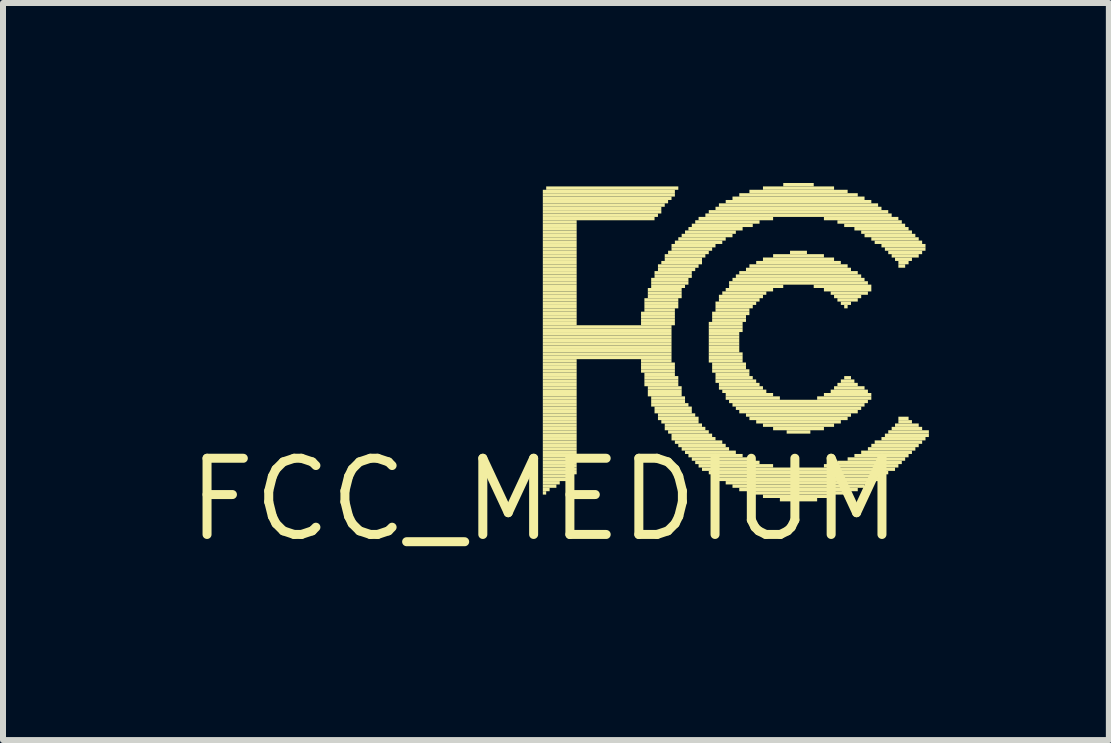
<source format=kicad_pcb>
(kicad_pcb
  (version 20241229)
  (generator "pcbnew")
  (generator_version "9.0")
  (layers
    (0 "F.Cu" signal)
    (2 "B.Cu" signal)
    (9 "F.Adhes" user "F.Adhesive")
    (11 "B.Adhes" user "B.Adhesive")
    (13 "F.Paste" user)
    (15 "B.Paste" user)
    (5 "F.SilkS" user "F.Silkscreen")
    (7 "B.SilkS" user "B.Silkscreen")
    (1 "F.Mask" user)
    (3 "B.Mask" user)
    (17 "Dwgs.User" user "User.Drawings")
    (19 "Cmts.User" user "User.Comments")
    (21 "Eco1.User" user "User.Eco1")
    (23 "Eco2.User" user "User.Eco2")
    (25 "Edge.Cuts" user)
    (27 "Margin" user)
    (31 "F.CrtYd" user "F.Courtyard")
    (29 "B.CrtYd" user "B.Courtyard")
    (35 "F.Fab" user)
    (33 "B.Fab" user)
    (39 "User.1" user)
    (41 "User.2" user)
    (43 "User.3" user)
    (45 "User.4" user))
  (footprint "FCC_MEDIUM"
    (layer "F.Cu")
    (at 6.025 5.278)
    (property "Reference" "FCC_MEDIUM" (at 0 0 0) (layer "F.SilkS") (effects (font (size 1.27 1.27) (thickness 0.15))))
    (attr through_hole)
    (fp_poly (pts (xy -0.028 -5.108) (xy 2.173 -5.108) (xy 2.173 -5.165) (xy -0.028 -5.165)) (stroke (width 0) (type solid)) (fill yes) (layer "F.SilkS"))
    (fp_poly (pts (xy -0.028 -5.052) (xy 2.173 -5.052) (xy 2.173 -5.108) (xy -0.028 -5.108)) (stroke (width 0) (type solid)) (fill yes) (layer "F.SilkS"))
    (fp_poly (pts (xy -0.028 -4.995) (xy 2.117 -4.995) (xy 2.117 -5.052) (xy -0.028 -5.052)) (stroke (width 0) (type solid)) (fill yes) (layer "F.SilkS"))
    (fp_poly (pts (xy -0.028 -4.939) (xy 2.06 -4.939) (xy 2.06 -4.995) (xy -0.028 -4.995)) (stroke (width 0) (type solid)) (fill yes) (layer "F.SilkS"))
    (fp_poly (pts (xy -0.028 -4.882) (xy 2.004 -4.882) (xy 2.004 -4.939) (xy -0.028 -4.939)) (stroke (width 0) (type solid)) (fill yes) (layer "F.SilkS"))
    (fp_poly (pts (xy -0.028 -4.826) (xy 1.947 -4.826) (xy 1.947 -4.882) (xy -0.028 -4.882)) (stroke (width 0) (type solid)) (fill yes) (layer "F.SilkS"))
    (fp_poly (pts (xy -0.028 -4.77) (xy 1.947 -4.77) (xy 1.947 -4.826) (xy -0.028 -4.826)) (stroke (width 0) (type solid)) (fill yes) (layer "F.SilkS"))
    (fp_poly (pts (xy -0.028 -4.713) (xy 1.891 -4.713) (xy 1.891 -4.77) (xy -0.028 -4.77)) (stroke (width 0) (type solid)) (fill yes) (layer "F.SilkS"))
    (fp_poly (pts (xy -0.028 -4.657) (xy 1.834 -4.657) (xy 1.834 -4.713) (xy -0.028 -4.713)) (stroke (width 0) (type solid)) (fill yes) (layer "F.SilkS"))
    (fp_poly (pts (xy -0.028 -4.6) (xy 0.536 -4.6) (xy 0.536 -4.657) (xy -0.028 -4.657)) (stroke (width 0) (type solid)) (fill yes) (layer "F.SilkS"))
    (fp_poly (pts (xy -0.028 -4.544) (xy 0.536 -4.544) (xy 0.536 -4.6) (xy -0.028 -4.6)) (stroke (width 0) (type solid)) (fill yes) (layer "F.SilkS"))
    (fp_poly (pts (xy -0.028 -4.487) (xy 0.536 -4.487) (xy 0.536 -4.544) (xy -0.028 -4.544)) (stroke (width 0) (type solid)) (fill yes) (layer "F.SilkS"))
    (fp_poly (pts (xy -0.028 -4.431) (xy 0.536 -4.431) (xy 0.536 -4.487) (xy -0.028 -4.487)) (stroke (width 0) (type solid)) (fill yes) (layer "F.SilkS"))
    (fp_poly (pts (xy -0.028 -4.374) (xy 0.536 -4.374) (xy 0.536 -4.431) (xy -0.028 -4.431)) (stroke (width 0) (type solid)) (fill yes) (layer "F.SilkS"))
    (fp_poly (pts (xy -0.028 -4.318) (xy 0.536 -4.318) (xy 0.536 -4.374) (xy -0.028 -4.374)) (stroke (width 0) (type solid)) (fill yes) (layer "F.SilkS"))
    (fp_poly (pts (xy -0.028 -4.262) (xy 0.536 -4.262) (xy 0.536 -4.318) (xy -0.028 -4.318)) (stroke (width 0) (type solid)) (fill yes) (layer "F.SilkS"))
    (fp_poly (pts (xy -0.028 -4.205) (xy 0.536 -4.205) (xy 0.536 -4.262) (xy -0.028 -4.262)) (stroke (width 0) (type solid)) (fill yes) (layer "F.SilkS"))
    (fp_poly (pts (xy -0.028 -4.149) (xy 0.536 -4.149) (xy 0.536 -4.205) (xy -0.028 -4.205)) (stroke (width 0) (type solid)) (fill yes) (layer "F.SilkS"))
    (fp_poly (pts (xy -0.028 -4.092) (xy 0.536 -4.092) (xy 0.536 -4.149) (xy -0.028 -4.149)) (stroke (width 0) (type solid)) (fill yes) (layer "F.SilkS"))
    (fp_poly (pts (xy -0.028 -4.036) (xy 0.536 -4.036) (xy 0.536 -4.092) (xy -0.028 -4.092)) (stroke (width 0) (type solid)) (fill yes) (layer "F.SilkS"))
    (fp_poly (pts (xy -0.028 -3.979) (xy 0.536 -3.979) (xy 0.536 -4.036) (xy -0.028 -4.036)) (stroke (width 0) (type solid)) (fill yes) (layer "F.SilkS"))
    (fp_poly (pts (xy -0.028 -3.923) (xy 0.536 -3.923) (xy 0.536 -3.979) (xy -0.028 -3.979)) (stroke (width 0) (type solid)) (fill yes) (layer "F.SilkS"))
    (fp_poly (pts (xy -0.028 -3.866) (xy 0.536 -3.866) (xy 0.536 -3.923) (xy -0.028 -3.923)) (stroke (width 0) (type solid)) (fill yes) (layer "F.SilkS"))
    (fp_poly (pts (xy -0.028 -3.81) (xy 0.536 -3.81) (xy 0.536 -3.866) (xy -0.028 -3.866)) (stroke (width 0) (type solid)) (fill yes) (layer "F.SilkS"))
    (fp_poly (pts (xy -0.028 -3.754) (xy 0.536 -3.754) (xy 0.536 -3.81) (xy -0.028 -3.81)) (stroke (width 0) (type solid)) (fill yes) (layer "F.SilkS"))
    (fp_poly (pts (xy -0.028 -3.697) (xy 0.536 -3.697) (xy 0.536 -3.754) (xy -0.028 -3.754)) (stroke (width 0) (type solid)) (fill yes) (layer "F.SilkS"))
    (fp_poly (pts (xy -0.028 -3.641) (xy 0.536 -3.641) (xy 0.536 -3.697) (xy -0.028 -3.697)) (stroke (width 0) (type solid)) (fill yes) (layer "F.SilkS"))
    (fp_poly (pts (xy -0.028 -3.584) (xy 0.536 -3.584) (xy 0.536 -3.641) (xy -0.028 -3.641)) (stroke (width 0) (type solid)) (fill yes) (layer "F.SilkS"))
    (fp_poly (pts (xy -0.028 -3.528) (xy 0.536 -3.528) (xy 0.536 -3.584) (xy -0.028 -3.584)) (stroke (width 0) (type solid)) (fill yes) (layer "F.SilkS"))
    (fp_poly (pts (xy -0.028 -3.471) (xy 0.536 -3.471) (xy 0.536 -3.528) (xy -0.028 -3.528)) (stroke (width 0) (type solid)) (fill yes) (layer "F.SilkS"))
    (fp_poly (pts (xy -0.028 -3.415) (xy 0.536 -3.415) (xy 0.536 -3.471) (xy -0.028 -3.471)) (stroke (width 0) (type solid)) (fill yes) (layer "F.SilkS"))
    (fp_poly (pts (xy -0.028 -3.358) (xy 0.536 -3.358) (xy 0.536 -3.415) (xy -0.028 -3.415)) (stroke (width 0) (type solid)) (fill yes) (layer "F.SilkS"))
    (fp_poly (pts (xy -0.028 -3.302) (xy 0.536 -3.302) (xy 0.536 -3.358) (xy -0.028 -3.358)) (stroke (width 0) (type solid)) (fill yes) (layer "F.SilkS"))
    (fp_poly (pts (xy -0.028 -3.246) (xy 0.536 -3.246) (xy 0.536 -3.302) (xy -0.028 -3.302)) (stroke (width 0) (type solid)) (fill yes) (layer "F.SilkS"))
    (fp_poly (pts (xy -0.028 -3.189) (xy 0.536 -3.189) (xy 0.536 -3.246) (xy -0.028 -3.246)) (stroke (width 0) (type solid)) (fill yes) (layer "F.SilkS"))
    (fp_poly (pts (xy -0.028 -3.133) (xy 0.536 -3.133) (xy 0.536 -3.189) (xy -0.028 -3.189)) (stroke (width 0) (type solid)) (fill yes) (layer "F.SilkS"))
    (fp_poly (pts (xy -0.028 -3.076) (xy 0.536 -3.076) (xy 0.536 -3.133) (xy -0.028 -3.133)) (stroke (width 0) (type solid)) (fill yes) (layer "F.SilkS"))
    (fp_poly (pts (xy -0.028 -3.02) (xy 0.536 -3.02) (xy 0.536 -3.076) (xy -0.028 -3.076)) (stroke (width 0) (type solid)) (fill yes) (layer "F.SilkS"))
    (fp_poly (pts (xy -0.028 -2.963) (xy 0.536 -2.963) (xy 0.536 -3.02) (xy -0.028 -3.02)) (stroke (width 0) (type solid)) (fill yes) (layer "F.SilkS"))
    (fp_poly (pts (xy -0.028 -2.907) (xy 0.536 -2.907) (xy 0.536 -2.963) (xy -0.028 -2.963)) (stroke (width 0) (type solid)) (fill yes) (layer "F.SilkS"))
    (fp_poly (pts (xy -0.028 -2.85) (xy 2.117 -2.85) (xy 2.117 -2.907) (xy -0.028 -2.907)) (stroke (width 0) (type solid)) (fill yes) (layer "F.SilkS"))
    (fp_poly (pts (xy -0.028 -2.794) (xy 2.117 -2.794) (xy 2.117 -2.85) (xy -0.028 -2.85)) (stroke (width 0) (type solid)) (fill yes) (layer "F.SilkS"))
    (fp_poly (pts (xy -0.028 -2.738) (xy 2.117 -2.738) (xy 2.117 -2.794) (xy -0.028 -2.794)) (stroke (width 0) (type solid)) (fill yes) (layer "F.SilkS"))
    (fp_poly (pts (xy -0.028 -2.681) (xy 2.117 -2.681) (xy 2.117 -2.738) (xy -0.028 -2.738)) (stroke (width 0) (type solid)) (fill yes) (layer "F.SilkS"))
    (fp_poly (pts (xy -0.028 -2.625) (xy 2.117 -2.625) (xy 2.117 -2.681) (xy -0.028 -2.681)) (stroke (width 0) (type solid)) (fill yes) (layer "F.SilkS"))
    (fp_poly (pts (xy -0.028 -2.568) (xy 2.117 -2.568) (xy 2.117 -2.625) (xy -0.028 -2.625)) (stroke (width 0) (type solid)) (fill yes) (layer "F.SilkS"))
    (fp_poly (pts (xy -0.028 -2.512) (xy 2.117 -2.512) (xy 2.117 -2.568) (xy -0.028 -2.568)) (stroke (width 0) (type solid)) (fill yes) (layer "F.SilkS"))
    (fp_poly (pts (xy -0.028 -2.455) (xy 2.117 -2.455) (xy 2.117 -2.512) (xy -0.028 -2.512)) (stroke (width 0) (type solid)) (fill yes) (layer "F.SilkS"))
    (fp_poly (pts (xy -0.028 -2.399) (xy 2.117 -2.399) (xy 2.117 -2.455) (xy -0.028 -2.455)) (stroke (width 0) (type solid)) (fill yes) (layer "F.SilkS"))
    (fp_poly (pts (xy -0.028 -2.342) (xy 2.117 -2.342) (xy 2.117 -2.399) (xy -0.028 -2.399)) (stroke (width 0) (type solid)) (fill yes) (layer "F.SilkS"))
    (fp_poly (pts (xy -0.028 -2.286) (xy 0.536 -2.286) (xy 0.536 -2.342) (xy -0.028 -2.342)) (stroke (width 0) (type solid)) (fill yes) (layer "F.SilkS"))
    (fp_poly (pts (xy -0.028 -2.23) (xy 0.536 -2.23) (xy 0.536 -2.286) (xy -0.028 -2.286)) (stroke (width 0) (type solid)) (fill yes) (layer "F.SilkS"))
    (fp_poly (pts (xy -0.028 -2.173) (xy 0.536 -2.173) (xy 0.536 -2.23) (xy -0.028 -2.23)) (stroke (width 0) (type solid)) (fill yes) (layer "F.SilkS"))
    (fp_poly (pts (xy -0.028 -2.117) (xy 0.536 -2.117) (xy 0.536 -2.173) (xy -0.028 -2.173)) (stroke (width 0) (type solid)) (fill yes) (layer "F.SilkS"))
    (fp_poly (pts (xy -0.028 -2.06) (xy 0.536 -2.06) (xy 0.536 -2.117) (xy -0.028 -2.117)) (stroke (width 0) (type solid)) (fill yes) (layer "F.SilkS"))
    (fp_poly (pts (xy -0.028 -2.004) (xy 0.536 -2.004) (xy 0.536 -2.06) (xy -0.028 -2.06)) (stroke (width 0) (type solid)) (fill yes) (layer "F.SilkS"))
    (fp_poly (pts (xy -0.028 -1.947) (xy 0.536 -1.947) (xy 0.536 -2.004) (xy -0.028 -2.004)) (stroke (width 0) (type solid)) (fill yes) (layer "F.SilkS"))
    (fp_poly (pts (xy -0.028 -1.891) (xy 0.536 -1.891) (xy 0.536 -1.947) (xy -0.028 -1.947)) (stroke (width 0) (type solid)) (fill yes) (layer "F.SilkS"))
    (fp_poly (pts (xy -0.028 -1.834) (xy 0.536 -1.834) (xy 0.536 -1.891) (xy -0.028 -1.891)) (stroke (width 0) (type solid)) (fill yes) (layer "F.SilkS"))
    (fp_poly (pts (xy -0.028 -1.778) (xy 0.536 -1.778) (xy 0.536 -1.834) (xy -0.028 -1.834)) (stroke (width 0) (type solid)) (fill yes) (layer "F.SilkS"))
    (fp_poly (pts (xy -0.028 -1.722) (xy 0.536 -1.722) (xy 0.536 -1.778) (xy -0.028 -1.778)) (stroke (width 0) (type solid)) (fill yes) (layer "F.SilkS"))
    (fp_poly (pts (xy -0.028 -1.665) (xy 0.536 -1.665) (xy 0.536 -1.722) (xy -0.028 -1.722)) (stroke (width 0) (type solid)) (fill yes) (layer "F.SilkS"))
    (fp_poly (pts (xy -0.028 -1.609) (xy 0.536 -1.609) (xy 0.536 -1.665) (xy -0.028 -1.665)) (stroke (width 0) (type solid)) (fill yes) (layer "F.SilkS"))
    (fp_poly (pts (xy -0.028 -1.552) (xy 0.536 -1.552) (xy 0.536 -1.609) (xy -0.028 -1.609)) (stroke (width 0) (type solid)) (fill yes) (layer "F.SilkS"))
    (fp_poly (pts (xy -0.028 -1.496) (xy 0.536 -1.496) (xy 0.536 -1.552) (xy -0.028 -1.552)) (stroke (width 0) (type solid)) (fill yes) (layer "F.SilkS"))
    (fp_poly (pts (xy -0.028 -1.439) (xy 0.536 -1.439) (xy 0.536 -1.496) (xy -0.028 -1.496)) (stroke (width 0) (type solid)) (fill yes) (layer "F.SilkS"))
    (fp_poly (pts (xy -0.028 -1.383) (xy 0.536 -1.383) (xy 0.536 -1.439) (xy -0.028 -1.439)) (stroke (width 0) (type solid)) (fill yes) (layer "F.SilkS"))
    (fp_poly (pts (xy -0.028 -1.326) (xy 0.536 -1.326) (xy 0.536 -1.383) (xy -0.028 -1.383)) (stroke (width 0) (type solid)) (fill yes) (layer "F.SilkS"))
    (fp_poly (pts (xy -0.028 -1.27) (xy 0.536 -1.27) (xy 0.536 -1.326) (xy -0.028 -1.326)) (stroke (width 0) (type solid)) (fill yes) (layer "F.SilkS"))
    (fp_poly (pts (xy -0.028 -1.214) (xy 0.536 -1.214) (xy 0.536 -1.27) (xy -0.028 -1.27)) (stroke (width 0) (type solid)) (fill yes) (layer "F.SilkS"))
    (fp_poly (pts (xy -0.028 -1.157) (xy 0.536 -1.157) (xy 0.536 -1.214) (xy -0.028 -1.214)) (stroke (width 0) (type solid)) (fill yes) (layer "F.SilkS"))
    (fp_poly (pts (xy -0.028 -1.101) (xy 0.536 -1.101) (xy 0.536 -1.157) (xy -0.028 -1.157)) (stroke (width 0) (type solid)) (fill yes) (layer "F.SilkS"))
    (fp_poly (pts (xy -0.028 -1.044) (xy 0.536 -1.044) (xy 0.536 -1.101) (xy -0.028 -1.101)) (stroke (width 0) (type solid)) (fill yes) (layer "F.SilkS"))
    (fp_poly (pts (xy -0.028 -0.988) (xy 0.536 -0.988) (xy 0.536 -1.044) (xy -0.028 -1.044)) (stroke (width 0) (type solid)) (fill yes) (layer "F.SilkS"))
    (fp_poly (pts (xy -0.028 -0.931) (xy 0.536 -0.931) (xy 0.536 -0.988) (xy -0.028 -0.988)) (stroke (width 0) (type solid)) (fill yes) (layer "F.SilkS"))
    (fp_poly (pts (xy -0.028 -0.875) (xy 0.536 -0.875) (xy 0.536 -0.931) (xy -0.028 -0.931)) (stroke (width 0) (type solid)) (fill yes) (layer "F.SilkS"))
    (fp_poly (pts (xy -0.028 -0.818) (xy 0.536 -0.818) (xy 0.536 -0.875) (xy -0.028 -0.875)) (stroke (width 0) (type solid)) (fill yes) (layer "F.SilkS"))
    (fp_poly (pts (xy -0.028 -0.762) (xy 0.536 -0.762) (xy 0.536 -0.818) (xy -0.028 -0.818)) (stroke (width 0) (type solid)) (fill yes) (layer "F.SilkS"))
    (fp_poly (pts (xy -0.028 -0.706) (xy 0.536 -0.706) (xy 0.536 -0.762) (xy -0.028 -0.762)) (stroke (width 0) (type solid)) (fill yes) (layer "F.SilkS"))
    (fp_poly (pts (xy -0.028 -0.649) (xy 0.536 -0.649) (xy 0.536 -0.706) (xy -0.028 -0.706)) (stroke (width 0) (type solid)) (fill yes) (layer "F.SilkS"))
    (fp_poly (pts (xy -0.028 -0.593) (xy 0.536 -0.593) (xy 0.536 -0.649) (xy -0.028 -0.649)) (stroke (width 0) (type solid)) (fill yes) (layer "F.SilkS"))
    (fp_poly (pts (xy -0.028 -0.536) (xy 0.536 -0.536) (xy 0.536 -0.593) (xy -0.028 -0.593)) (stroke (width 0) (type solid)) (fill yes) (layer "F.SilkS"))
    (fp_poly (pts (xy -0.028 -0.48) (xy 0.536 -0.48) (xy 0.536 -0.536) (xy -0.028 -0.536)) (stroke (width 0) (type solid)) (fill yes) (layer "F.SilkS"))
    (fp_poly (pts (xy -0.028 -0.423) (xy 0.536 -0.423) (xy 0.536 -0.48) (xy -0.028 -0.48)) (stroke (width 0) (type solid)) (fill yes) (layer "F.SilkS"))
    (fp_poly (pts (xy -0.028 -0.367) (xy 0.423 -0.367) (xy 0.423 -0.423) (xy -0.028 -0.423)) (stroke (width 0) (type solid)) (fill yes) (layer "F.SilkS"))
    (fp_poly (pts (xy -0.028 -0.31) (xy 0.367 -0.31) (xy 0.367 -0.367) (xy -0.028 -0.367)) (stroke (width 0) (type solid)) (fill yes) (layer "F.SilkS"))
    (fp_poly (pts (xy -0.028 -0.254) (xy 0.254 -0.254) (xy 0.254 -0.31) (xy -0.028 -0.31)) (stroke (width 0) (type solid)) (fill yes) (layer "F.SilkS"))
    (fp_poly (pts (xy -0.028 -0.198) (xy 0.198 -0.198) (xy 0.198 -0.254) (xy -0.028 -0.254)) (stroke (width 0) (type solid)) (fill yes) (layer "F.SilkS"))
    (fp_poly (pts (xy -0.028 -0.141) (xy 0.085 -0.141) (xy 0.085 -0.198) (xy -0.028 -0.198)) (stroke (width 0) (type solid)) (fill yes) (layer "F.SilkS"))
    (fp_poly (pts (xy -0.028 -0.085) (xy 0.028 -0.085) (xy 0.028 -0.141) (xy -0.028 -0.141)) (stroke (width 0) (type solid)) (fill yes) (layer "F.SilkS"))
    (fp_poly (pts (xy 0.028 -5.165) (xy 2.23 -5.165) (xy 2.23 -5.221) (xy 0.028 -5.221)) (stroke (width 0) (type solid)) (fill yes) (layer "F.SilkS"))
    (fp_poly (pts (xy 1.609 -3.076) (xy 2.173 -3.076) (xy 2.173 -3.133) (xy 1.609 -3.133)) (stroke (width 0) (type solid)) (fill yes) (layer "F.SilkS"))
    (fp_poly (pts (xy 1.609 -3.02) (xy 2.173 -3.02) (xy 2.173 -3.076) (xy 1.609 -3.076)) (stroke (width 0) (type solid)) (fill yes) (layer "F.SilkS"))
    (fp_poly (pts (xy 1.609 -2.963) (xy 2.173 -2.963) (xy 2.173 -3.02) (xy 1.609 -3.02)) (stroke (width 0) (type solid)) (fill yes) (layer "F.SilkS"))
    (fp_poly (pts (xy 1.609 -2.907) (xy 2.173 -2.907) (xy 2.173 -2.963) (xy 1.609 -2.963)) (stroke (width 0) (type solid)) (fill yes) (layer "F.SilkS"))
    (fp_poly (pts (xy 1.609 -2.286) (xy 2.117 -2.286) (xy 2.117 -2.342) (xy 1.609 -2.342)) (stroke (width 0) (type solid)) (fill yes) (layer "F.SilkS"))
    (fp_poly (pts (xy 1.609 -2.23) (xy 2.173 -2.23) (xy 2.173 -2.286) (xy 1.609 -2.286)) (stroke (width 0) (type solid)) (fill yes) (layer "F.SilkS"))
    (fp_poly (pts (xy 1.609 -2.173) (xy 2.173 -2.173) (xy 2.173 -2.23) (xy 1.609 -2.23)) (stroke (width 0) (type solid)) (fill yes) (layer "F.SilkS"))
    (fp_poly (pts (xy 1.609 -2.117) (xy 2.173 -2.117) (xy 2.173 -2.173) (xy 1.609 -2.173)) (stroke (width 0) (type solid)) (fill yes) (layer "F.SilkS"))
    (fp_poly (pts (xy 1.665 -3.302) (xy 2.23 -3.302) (xy 2.23 -3.358) (xy 1.665 -3.358)) (stroke (width 0) (type solid)) (fill yes) (layer "F.SilkS"))
    (fp_poly (pts (xy 1.665 -3.246) (xy 2.23 -3.246) (xy 2.23 -3.302) (xy 1.665 -3.302)) (stroke (width 0) (type solid)) (fill yes) (layer "F.SilkS"))
    (fp_poly (pts (xy 1.665 -3.189) (xy 2.23 -3.189) (xy 2.23 -3.246) (xy 1.665 -3.246)) (stroke (width 0) (type solid)) (fill yes) (layer "F.SilkS"))
    (fp_poly (pts (xy 1.665 -3.133) (xy 2.173 -3.133) (xy 2.173 -3.189) (xy 1.665 -3.189)) (stroke (width 0) (type solid)) (fill yes) (layer "F.SilkS"))
    (fp_poly (pts (xy 1.665 -2.06) (xy 2.173 -2.06) (xy 2.173 -2.117) (xy 1.665 -2.117)) (stroke (width 0) (type solid)) (fill yes) (layer "F.SilkS"))
    (fp_poly (pts (xy 1.665 -2.004) (xy 2.23 -2.004) (xy 2.23 -2.06) (xy 1.665 -2.06)) (stroke (width 0) (type solid)) (fill yes) (layer "F.SilkS"))
    (fp_poly (pts (xy 1.665 -1.947) (xy 2.23 -1.947) (xy 2.23 -2.004) (xy 1.665 -2.004)) (stroke (width 0) (type solid)) (fill yes) (layer "F.SilkS"))
    (fp_poly (pts (xy 1.665 -1.891) (xy 2.23 -1.891) (xy 2.23 -1.947) (xy 1.665 -1.947)) (stroke (width 0) (type solid)) (fill yes) (layer "F.SilkS"))
    (fp_poly (pts (xy 1.722 -3.471) (xy 2.286 -3.471) (xy 2.286 -3.528) (xy 1.722 -3.528)) (stroke (width 0) (type solid)) (fill yes) (layer "F.SilkS"))
    (fp_poly (pts (xy 1.722 -3.415) (xy 2.286 -3.415) (xy 2.286 -3.471) (xy 1.722 -3.471)) (stroke (width 0) (type solid)) (fill yes) (layer "F.SilkS"))
    (fp_poly (pts (xy 1.722 -3.358) (xy 2.286 -3.358) (xy 2.286 -3.415) (xy 1.722 -3.415)) (stroke (width 0) (type solid)) (fill yes) (layer "F.SilkS"))
    (fp_poly (pts (xy 1.722 -1.834) (xy 2.286 -1.834) (xy 2.286 -1.891) (xy 1.722 -1.891)) (stroke (width 0) (type solid)) (fill yes) (layer "F.SilkS"))
    (fp_poly (pts (xy 1.722 -1.778) (xy 2.286 -1.778) (xy 2.286 -1.834) (xy 1.722 -1.834)) (stroke (width 0) (type solid)) (fill yes) (layer "F.SilkS"))
    (fp_poly (pts (xy 1.722 -1.722) (xy 2.286 -1.722) (xy 2.286 -1.778) (xy 1.722 -1.778)) (stroke (width 0) (type solid)) (fill yes) (layer "F.SilkS"))
    (fp_poly (pts (xy 1.778 -3.641) (xy 2.399 -3.641) (xy 2.399 -3.697) (xy 1.778 -3.697)) (stroke (width 0) (type solid)) (fill yes) (layer "F.SilkS"))
    (fp_poly (pts (xy 1.778 -3.584) (xy 2.399 -3.584) (xy 2.399 -3.641) (xy 1.778 -3.641)) (stroke (width 0) (type solid)) (fill yes) (layer "F.SilkS"))
    (fp_poly (pts (xy 1.778 -3.528) (xy 2.342 -3.528) (xy 2.342 -3.584) (xy 1.778 -3.584)) (stroke (width 0) (type solid)) (fill yes) (layer "F.SilkS"))
    (fp_poly (pts (xy 1.778 -1.665) (xy 2.342 -1.665) (xy 2.342 -1.722) (xy 1.778 -1.722)) (stroke (width 0) (type solid)) (fill yes) (layer "F.SilkS"))
    (fp_poly (pts (xy 1.778 -1.609) (xy 2.342 -1.609) (xy 2.342 -1.665) (xy 1.778 -1.665)) (stroke (width 0) (type solid)) (fill yes) (layer "F.SilkS"))
    (fp_poly (pts (xy 1.778 -1.552) (xy 2.399 -1.552) (xy 2.399 -1.609) (xy 1.778 -1.609)) (stroke (width 0) (type solid)) (fill yes) (layer "F.SilkS"))
    (fp_poly (pts (xy 1.834 -3.754) (xy 2.455 -3.754) (xy 2.455 -3.81) (xy 1.834 -3.81)) (stroke (width 0) (type solid)) (fill yes) (layer "F.SilkS"))
    (fp_poly (pts (xy 1.834 -3.697) (xy 2.455 -3.697) (xy 2.455 -3.754) (xy 1.834 -3.754)) (stroke (width 0) (type solid)) (fill yes) (layer "F.SilkS"))
    (fp_poly (pts (xy 1.834 -1.496) (xy 2.455 -1.496) (xy 2.455 -1.552) (xy 1.834 -1.552)) (stroke (width 0) (type solid)) (fill yes) (layer "F.SilkS"))
    (fp_poly (pts (xy 1.834 -1.439) (xy 2.455 -1.439) (xy 2.455 -1.496) (xy 1.834 -1.496)) (stroke (width 0) (type solid)) (fill yes) (layer "F.SilkS"))
    (fp_poly (pts (xy 1.891 -3.866) (xy 2.568 -3.866) (xy 2.568 -3.923) (xy 1.891 -3.923)) (stroke (width 0) (type solid)) (fill yes) (layer "F.SilkS"))
    (fp_poly (pts (xy 1.891 -3.81) (xy 2.512 -3.81) (xy 2.512 -3.866) (xy 1.891 -3.866)) (stroke (width 0) (type solid)) (fill yes) (layer "F.SilkS"))
    (fp_poly (pts (xy 1.891 -1.383) (xy 2.512 -1.383) (xy 2.512 -1.439) (xy 1.891 -1.439)) (stroke (width 0) (type solid)) (fill yes) (layer "F.SilkS"))
    (fp_poly (pts (xy 1.891 -1.326) (xy 2.568 -1.326) (xy 2.568 -1.383) (xy 1.891 -1.383)) (stroke (width 0) (type solid)) (fill yes) (layer "F.SilkS"))
    (fp_poly (pts (xy 1.947 -3.923) (xy 2.625 -3.923) (xy 2.625 -3.979) (xy 1.947 -3.979)) (stroke (width 0) (type solid)) (fill yes) (layer "F.SilkS"))
    (fp_poly (pts (xy 1.947 -1.27) (xy 2.568 -1.27) (xy 2.568 -1.326) (xy 1.947 -1.326)) (stroke (width 0) (type solid)) (fill yes) (layer "F.SilkS"))
    (fp_poly (pts (xy 2.004 -4.036) (xy 2.681 -4.036) (xy 2.681 -4.092) (xy 2.004 -4.092)) (stroke (width 0) (type solid)) (fill yes) (layer "F.SilkS"))
    (fp_poly (pts (xy 2.004 -3.979) (xy 2.625 -3.979) (xy 2.625 -4.036) (xy 2.004 -4.036)) (stroke (width 0) (type solid)) (fill yes) (layer "F.SilkS"))
    (fp_poly (pts (xy 2.004 -1.214) (xy 2.625 -1.214) (xy 2.625 -1.27) (xy 2.004 -1.27)) (stroke (width 0) (type solid)) (fill yes) (layer "F.SilkS"))
    (fp_poly (pts (xy 2.004 -1.157) (xy 2.681 -1.157) (xy 2.681 -1.214) (xy 2.004 -1.214)) (stroke (width 0) (type solid)) (fill yes) (layer "F.SilkS"))
    (fp_poly (pts (xy 2.06 -4.092) (xy 2.738 -4.092) (xy 2.738 -4.149) (xy 2.06 -4.149)) (stroke (width 0) (type solid)) (fill yes) (layer "F.SilkS"))
    (fp_poly (pts (xy 2.06 -1.101) (xy 2.738 -1.101) (xy 2.738 -1.157) (xy 2.06 -1.157)) (stroke (width 0) (type solid)) (fill yes) (layer "F.SilkS"))
    (fp_poly (pts (xy 2.117 -4.205) (xy 2.85 -4.205) (xy 2.85 -4.262) (xy 2.117 -4.262)) (stroke (width 0) (type solid)) (fill yes) (layer "F.SilkS"))
    (fp_poly (pts (xy 2.117 -4.149) (xy 2.794 -4.149) (xy 2.794 -4.205) (xy 2.117 -4.205)) (stroke (width 0) (type solid)) (fill yes) (layer "F.SilkS"))
    (fp_poly (pts (xy 2.117 -1.044) (xy 2.794 -1.044) (xy 2.794 -1.101) (xy 2.117 -1.101)) (stroke (width 0) (type solid)) (fill yes) (layer "F.SilkS"))
    (fp_poly (pts (xy 2.117 -0.988) (xy 2.85 -0.988) (xy 2.85 -1.044) (xy 2.117 -1.044)) (stroke (width 0) (type solid)) (fill yes) (layer "F.SilkS"))
    (fp_poly (pts (xy 2.173 -4.262) (xy 2.963 -4.262) (xy 2.963 -4.318) (xy 2.173 -4.318)) (stroke (width 0) (type solid)) (fill yes) (layer "F.SilkS"))
    (fp_poly (pts (xy 2.173 -0.931) (xy 2.963 -0.931) (xy 2.963 -0.988) (xy 2.173 -0.988)) (stroke (width 0) (type solid)) (fill yes) (layer "F.SilkS"))
    (fp_poly (pts (xy 2.23 -4.318) (xy 3.02 -4.318) (xy 3.02 -4.374) (xy 2.23 -4.374)) (stroke (width 0) (type solid)) (fill yes) (layer "F.SilkS"))
    (fp_poly (pts (xy 2.23 -0.875) (xy 3.02 -0.875) (xy 3.02 -0.931) (xy 2.23 -0.931)) (stroke (width 0) (type solid)) (fill yes) (layer "F.SilkS"))
    (fp_poly (pts (xy 2.286 -4.374) (xy 3.133 -4.374) (xy 3.133 -4.431) (xy 2.286 -4.431)) (stroke (width 0) (type solid)) (fill yes) (layer "F.SilkS"))
    (fp_poly (pts (xy 2.286 -0.818) (xy 3.076 -0.818) (xy 3.076 -0.875) (xy 2.286 -0.875)) (stroke (width 0) (type solid)) (fill yes) (layer "F.SilkS"))
    (fp_poly (pts (xy 2.342 -4.431) (xy 3.189 -4.431) (xy 3.189 -4.487) (xy 2.342 -4.487)) (stroke (width 0) (type solid)) (fill yes) (layer "F.SilkS"))
    (fp_poly (pts (xy 2.342 -0.762) (xy 3.189 -0.762) (xy 3.189 -0.818) (xy 2.342 -0.818)) (stroke (width 0) (type solid)) (fill yes) (layer "F.SilkS"))
    (fp_poly (pts (xy 2.399 -4.487) (xy 3.302 -4.487) (xy 3.302 -4.544) (xy 2.399 -4.544)) (stroke (width 0) (type solid)) (fill yes) (layer "F.SilkS"))
    (fp_poly (pts (xy 2.399 -0.706) (xy 3.302 -0.706) (xy 3.302 -0.762) (xy 2.399 -0.762)) (stroke (width 0) (type solid)) (fill yes) (layer "F.SilkS"))
    (fp_poly (pts (xy 2.455 -4.544) (xy 3.471 -4.544) (xy 3.471 -4.6) (xy 2.455 -4.6)) (stroke (width 0) (type solid)) (fill yes) (layer "F.SilkS"))
    (fp_poly (pts (xy 2.455 -0.649) (xy 3.415 -0.649) (xy 3.415 -0.706) (xy 2.455 -0.706)) (stroke (width 0) (type solid)) (fill yes) (layer "F.SilkS"))
    (fp_poly (pts (xy 2.512 -4.6) (xy 3.584 -4.6) (xy 3.584 -4.657) (xy 2.512 -4.657)) (stroke (width 0) (type solid)) (fill yes) (layer "F.SilkS"))
    (fp_poly (pts (xy 2.512 -0.593) (xy 3.584 -0.593) (xy 3.584 -0.649) (xy 2.512 -0.649)) (stroke (width 0) (type solid)) (fill yes) (layer "F.SilkS"))
    (fp_poly (pts (xy 2.568 -4.657) (xy 3.81 -4.657) (xy 3.81 -4.713) (xy 2.568 -4.713)) (stroke (width 0) (type solid)) (fill yes) (layer "F.SilkS"))
    (fp_poly (pts (xy 2.568 -0.536) (xy 3.81 -0.536) (xy 3.81 -0.593) (xy 2.568 -0.593)) (stroke (width 0) (type solid)) (fill yes) (layer "F.SilkS"))
    (fp_poly (pts (xy 2.625 -0.48) (xy 5.842 -0.48) (xy 5.842 -0.536) (xy 2.625 -0.536)) (stroke (width 0) (type solid)) (fill yes) (layer "F.SilkS"))
    (fp_poly (pts (xy 2.681 -4.713) (xy 5.786 -4.713) (xy 5.786 -4.77) (xy 2.681 -4.77)) (stroke (width 0) (type solid)) (fill yes) (layer "F.SilkS"))
    (fp_poly (pts (xy 2.738 -4.77) (xy 5.729 -4.77) (xy 5.729 -4.826) (xy 2.738 -4.826)) (stroke (width 0) (type solid)) (fill yes) (layer "F.SilkS"))
    (fp_poly (pts (xy 2.738 -2.907) (xy 3.302 -2.907) (xy 3.302 -2.963) (xy 2.738 -2.963)) (stroke (width 0) (type solid)) (fill yes) (layer "F.SilkS"))
    (fp_poly (pts (xy 2.738 -2.85) (xy 3.302 -2.85) (xy 3.302 -2.907) (xy 2.738 -2.907)) (stroke (width 0) (type solid)) (fill yes) (layer "F.SilkS"))
    (fp_poly (pts (xy 2.738 -2.794) (xy 3.302 -2.794) (xy 3.302 -2.85) (xy 2.738 -2.85)) (stroke (width 0) (type solid)) (fill yes) (layer "F.SilkS"))
    (fp_poly (pts (xy 2.738 -2.738) (xy 3.246 -2.738) (xy 3.246 -2.794) (xy 2.738 -2.794)) (stroke (width 0) (type solid)) (fill yes) (layer "F.SilkS"))
    (fp_poly (pts (xy 2.738 -2.681) (xy 3.246 -2.681) (xy 3.246 -2.738) (xy 2.738 -2.738)) (stroke (width 0) (type solid)) (fill yes) (layer "F.SilkS"))
    (fp_poly (pts (xy 2.738 -2.625) (xy 3.246 -2.625) (xy 3.246 -2.681) (xy 2.738 -2.681)) (stroke (width 0) (type solid)) (fill yes) (layer "F.SilkS"))
    (fp_poly (pts (xy 2.738 -2.568) (xy 3.246 -2.568) (xy 3.246 -2.625) (xy 2.738 -2.625)) (stroke (width 0) (type solid)) (fill yes) (layer "F.SilkS"))
    (fp_poly (pts (xy 2.738 -2.512) (xy 3.246 -2.512) (xy 3.246 -2.568) (xy 2.738 -2.568)) (stroke (width 0) (type solid)) (fill yes) (layer "F.SilkS"))
    (fp_poly (pts (xy 2.738 -2.455) (xy 3.246 -2.455) (xy 3.246 -2.512) (xy 2.738 -2.512)) (stroke (width 0) (type solid)) (fill yes) (layer "F.SilkS"))
    (fp_poly (pts (xy 2.738 -2.399) (xy 3.302 -2.399) (xy 3.302 -2.455) (xy 2.738 -2.455)) (stroke (width 0) (type solid)) (fill yes) (layer "F.SilkS"))
    (fp_poly (pts (xy 2.738 -2.342) (xy 3.302 -2.342) (xy 3.302 -2.399) (xy 2.738 -2.399)) (stroke (width 0) (type solid)) (fill yes) (layer "F.SilkS"))
    (fp_poly (pts (xy 2.738 -2.286) (xy 3.302 -2.286) (xy 3.302 -2.342) (xy 2.738 -2.342)) (stroke (width 0) (type solid)) (fill yes) (layer "F.SilkS"))
    (fp_poly (pts (xy 2.738 -0.423) (xy 5.729 -0.423) (xy 5.729 -0.48) (xy 2.738 -0.48)) (stroke (width 0) (type solid)) (fill yes) (layer "F.SilkS"))
    (fp_poly (pts (xy 2.794 -3.076) (xy 3.415 -3.076) (xy 3.415 -3.133) (xy 2.794 -3.133)) (stroke (width 0) (type solid)) (fill yes) (layer "F.SilkS"))
    (fp_poly (pts (xy 2.794 -3.02) (xy 3.358 -3.02) (xy 3.358 -3.076) (xy 2.794 -3.076)) (stroke (width 0) (type solid)) (fill yes) (layer "F.SilkS"))
    (fp_poly (pts (xy 2.794 -2.963) (xy 3.358 -2.963) (xy 3.358 -3.02) (xy 2.794 -3.02)) (stroke (width 0) (type solid)) (fill yes) (layer "F.SilkS"))
    (fp_poly (pts (xy 2.794 -2.23) (xy 3.358 -2.23) (xy 3.358 -2.286) (xy 2.794 -2.286)) (stroke (width 0) (type solid)) (fill yes) (layer "F.SilkS"))
    (fp_poly (pts (xy 2.794 -2.173) (xy 3.358 -2.173) (xy 3.358 -2.23) (xy 2.794 -2.23)) (stroke (width 0) (type solid)) (fill yes) (layer "F.SilkS"))
    (fp_poly (pts (xy 2.794 -2.117) (xy 3.415 -2.117) (xy 3.415 -2.173) (xy 2.794 -2.173)) (stroke (width 0) (type solid)) (fill yes) (layer "F.SilkS"))
    (fp_poly (pts (xy 2.794 -0.367) (xy 5.673 -0.367) (xy 5.673 -0.423) (xy 2.794 -0.423)) (stroke (width 0) (type solid)) (fill yes) (layer "F.SilkS"))
    (fp_poly (pts (xy 2.85 -4.826) (xy 5.616 -4.826) (xy 5.616 -4.882) (xy 2.85 -4.882)) (stroke (width 0) (type solid)) (fill yes) (layer "F.SilkS"))
    (fp_poly (pts (xy 2.85 -3.246) (xy 3.528 -3.246) (xy 3.528 -3.302) (xy 2.85 -3.302)) (stroke (width 0) (type solid)) (fill yes) (layer "F.SilkS"))
    (fp_poly (pts (xy 2.85 -3.189) (xy 3.471 -3.189) (xy 3.471 -3.246) (xy 2.85 -3.246)) (stroke (width 0) (type solid)) (fill yes) (layer "F.SilkS"))
    (fp_poly (pts (xy 2.85 -3.133) (xy 3.415 -3.133) (xy 3.415 -3.189) (xy 2.85 -3.189)) (stroke (width 0) (type solid)) (fill yes) (layer "F.SilkS"))
    (fp_poly (pts (xy 2.85 -2.06) (xy 3.415 -2.06) (xy 3.415 -2.117) (xy 2.85 -2.117)) (stroke (width 0) (type solid)) (fill yes) (layer "F.SilkS"))
    (fp_poly (pts (xy 2.85 -2.004) (xy 3.471 -2.004) (xy 3.471 -2.06) (xy 2.85 -2.06)) (stroke (width 0) (type solid)) (fill yes) (layer "F.SilkS"))
    (fp_poly (pts (xy 2.85 -1.947) (xy 3.528 -1.947) (xy 3.528 -2.004) (xy 2.85 -2.004)) (stroke (width 0) (type solid)) (fill yes) (layer "F.SilkS"))
    (fp_poly (pts (xy 2.907 -4.882) (xy 5.56 -4.882) (xy 5.56 -4.939) (xy 2.907 -4.939)) (stroke (width 0) (type solid)) (fill yes) (layer "F.SilkS"))
    (fp_poly (pts (xy 2.907 -3.358) (xy 3.641 -3.358) (xy 3.641 -3.415) (xy 2.907 -3.415)) (stroke (width 0) (type solid)) (fill yes) (layer "F.SilkS"))
    (fp_poly (pts (xy 2.907 -3.302) (xy 3.584 -3.302) (xy 3.584 -3.358) (xy 2.907 -3.358)) (stroke (width 0) (type solid)) (fill yes) (layer "F.SilkS"))
    (fp_poly (pts (xy 2.907 -1.891) (xy 3.584 -1.891) (xy 3.584 -1.947) (xy 2.907 -1.947)) (stroke (width 0) (type solid)) (fill yes) (layer "F.SilkS"))
    (fp_poly (pts (xy 2.907 -1.834) (xy 3.641 -1.834) (xy 3.641 -1.891) (xy 2.907 -1.891)) (stroke (width 0) (type solid)) (fill yes) (layer "F.SilkS"))
    (fp_poly (pts (xy 2.907 -0.31) (xy 5.56 -0.31) (xy 5.56 -0.367) (xy 2.907 -0.367)) (stroke (width 0) (type solid)) (fill yes) (layer "F.SilkS"))
    (fp_poly (pts (xy 2.963 -3.415) (xy 3.697 -3.415) (xy 3.697 -3.471) (xy 2.963 -3.471)) (stroke (width 0) (type solid)) (fill yes) (layer "F.SilkS"))
    (fp_poly (pts (xy 2.963 -1.778) (xy 3.697 -1.778) (xy 3.697 -1.834) (xy 2.963 -1.834)) (stroke (width 0) (type solid)) (fill yes) (layer "F.SilkS"))
    (fp_poly (pts (xy 3.02 -4.939) (xy 5.447 -4.939) (xy 5.447 -4.995) (xy 3.02 -4.995)) (stroke (width 0) (type solid)) (fill yes) (layer "F.SilkS"))
    (fp_poly (pts (xy 3.02 -3.471) (xy 3.81 -3.471) (xy 3.81 -3.528) (xy 3.02 -3.528)) (stroke (width 0) (type solid)) (fill yes) (layer "F.SilkS"))
    (fp_poly (pts (xy 3.02 -1.722) (xy 3.81 -1.722) (xy 3.81 -1.778) (xy 3.02 -1.778)) (stroke (width 0) (type solid)) (fill yes) (layer "F.SilkS"))
    (fp_poly (pts (xy 3.02 -1.665) (xy 3.923 -1.665) (xy 3.923 -1.722) (xy 3.02 -1.722)) (stroke (width 0) (type solid)) (fill yes) (layer "F.SilkS"))
    (fp_poly (pts (xy 3.02 -0.254) (xy 5.447 -0.254) (xy 5.447 -0.31) (xy 3.02 -0.31)) (stroke (width 0) (type solid)) (fill yes) (layer "F.SilkS"))
    (fp_poly (pts (xy 3.076 -3.584) (xy 5.39 -3.584) (xy 5.39 -3.641) (xy 3.076 -3.641)) (stroke (width 0) (type solid)) (fill yes) (layer "F.SilkS"))
    (fp_poly (pts (xy 3.076 -3.528) (xy 3.979 -3.528) (xy 3.979 -3.584) (xy 3.076 -3.584)) (stroke (width 0) (type solid)) (fill yes) (layer "F.SilkS"))
    (fp_poly (pts (xy 3.076 -1.609) (xy 5.39 -1.609) (xy 5.39 -1.665) (xy 3.076 -1.665)) (stroke (width 0) (type solid)) (fill yes) (layer "F.SilkS"))
    (fp_poly (pts (xy 3.133 -4.995) (xy 5.334 -4.995) (xy 5.334 -5.052) (xy 3.133 -5.052)) (stroke (width 0) (type solid)) (fill yes) (layer "F.SilkS"))
    (fp_poly (pts (xy 3.133 -3.641) (xy 5.334 -3.641) (xy 5.334 -3.697) (xy 3.133 -3.697)) (stroke (width 0) (type solid)) (fill yes) (layer "F.SilkS"))
    (fp_poly (pts (xy 3.133 -1.552) (xy 5.334 -1.552) (xy 5.334 -1.609) (xy 3.133 -1.609)) (stroke (width 0) (type solid)) (fill yes) (layer "F.SilkS"))
    (fp_poly (pts (xy 3.133 -0.198) (xy 5.334 -0.198) (xy 5.334 -0.254) (xy 3.133 -0.254)) (stroke (width 0) (type solid)) (fill yes) (layer "F.SilkS"))
    (fp_poly (pts (xy 3.189 -3.697) (xy 5.278 -3.697) (xy 5.278 -3.754) (xy 3.189 -3.754)) (stroke (width 0) (type solid)) (fill yes) (layer "F.SilkS"))
    (fp_poly (pts (xy 3.189 -1.496) (xy 5.278 -1.496) (xy 5.278 -1.552) (xy 3.189 -1.552)) (stroke (width 0) (type solid)) (fill yes) (layer "F.SilkS"))
    (fp_poly (pts (xy 3.246 -5.052) (xy 5.221 -5.052) (xy 5.221 -5.108) (xy 3.246 -5.108)) (stroke (width 0) (type solid)) (fill yes) (layer "F.SilkS"))
    (fp_poly (pts (xy 3.246 -3.754) (xy 5.221 -3.754) (xy 5.221 -3.81) (xy 3.246 -3.81)) (stroke (width 0) (type solid)) (fill yes) (layer "F.SilkS"))
    (fp_poly (pts (xy 3.246 -1.439) (xy 5.221 -1.439) (xy 5.221 -1.496) (xy 3.246 -1.496)) (stroke (width 0) (type solid)) (fill yes) (layer "F.SilkS"))
    (fp_poly (pts (xy 3.246 -0.141) (xy 5.221 -0.141) (xy 5.221 -0.198) (xy 3.246 -0.198)) (stroke (width 0) (type solid)) (fill yes) (layer "F.SilkS"))
    (fp_poly (pts (xy 3.358 -3.81) (xy 5.108 -3.81) (xy 5.108 -3.866) (xy 3.358 -3.866)) (stroke (width 0) (type solid)) (fill yes) (layer "F.SilkS"))
    (fp_poly (pts (xy 3.358 -1.383) (xy 5.108 -1.383) (xy 5.108 -1.439) (xy 3.358 -1.439)) (stroke (width 0) (type solid)) (fill yes) (layer "F.SilkS"))
    (fp_poly (pts (xy 3.415 -5.108) (xy 5.052 -5.108) (xy 5.052 -5.165) (xy 3.415 -5.165)) (stroke (width 0) (type solid)) (fill yes) (layer "F.SilkS"))
    (fp_poly (pts (xy 3.415 -3.866) (xy 5.052 -3.866) (xy 5.052 -3.923) (xy 3.415 -3.923)) (stroke (width 0) (type solid)) (fill yes) (layer "F.SilkS"))
    (fp_poly (pts (xy 3.415 -1.326) (xy 5.052 -1.326) (xy 5.052 -1.383) (xy 3.415 -1.383)) (stroke (width 0) (type solid)) (fill yes) (layer "F.SilkS"))
    (fp_poly (pts (xy 3.415 -0.085) (xy 5.052 -0.085) (xy 5.052 -0.141) (xy 3.415 -0.141)) (stroke (width 0) (type solid)) (fill yes) (layer "F.SilkS"))
    (fp_poly (pts (xy 3.528 -3.923) (xy 4.939 -3.923) (xy 4.939 -3.979) (xy 3.528 -3.979)) (stroke (width 0) (type solid)) (fill yes) (layer "F.SilkS"))
    (fp_poly (pts (xy 3.528 -1.27) (xy 4.939 -1.27) (xy 4.939 -1.326) (xy 3.528 -1.326)) (stroke (width 0) (type solid)) (fill yes) (layer "F.SilkS"))
    (fp_poly (pts (xy 3.641 -5.165) (xy 4.826 -5.165) (xy 4.826 -5.221) (xy 3.641 -5.221)) (stroke (width 0) (type solid)) (fill yes) (layer "F.SilkS"))
    (fp_poly (pts (xy 3.641 -3.979) (xy 4.826 -3.979) (xy 4.826 -4.036) (xy 3.641 -4.036)) (stroke (width 0) (type solid)) (fill yes) (layer "F.SilkS"))
    (fp_poly (pts (xy 3.641 -1.214) (xy 4.826 -1.214) (xy 4.826 -1.27) (xy 3.641 -1.27)) (stroke (width 0) (type solid)) (fill yes) (layer "F.SilkS"))
    (fp_poly (pts (xy 3.641 -0.028) (xy 4.826 -0.028) (xy 4.826 -0.085) (xy 3.641 -0.085)) (stroke (width 0) (type solid)) (fill yes) (layer "F.SilkS"))
    (fp_poly (pts (xy 3.81 -4.036) (xy 4.657 -4.036) (xy 4.657 -4.092) (xy 3.81 -4.092)) (stroke (width 0) (type solid)) (fill yes) (layer "F.SilkS"))
    (fp_poly (pts (xy 3.81 -1.157) (xy 4.657 -1.157) (xy 4.657 -1.214) (xy 3.81 -1.214)) (stroke (width 0) (type solid)) (fill yes) (layer "F.SilkS"))
    (fp_poly (pts (xy 3.923 0.028) (xy 4.544 0.028) (xy 4.544 -0.028) (xy 3.923 -0.028)) (stroke (width 0) (type solid)) (fill yes) (layer "F.SilkS"))
    (fp_poly (pts (xy 3.979 -5.221) (xy 4.487 -5.221) (xy 4.487 -5.278) (xy 3.979 -5.278)) (stroke (width 0) (type solid)) (fill yes) (layer "F.SilkS"))
    (fp_poly (pts (xy 4.036 -1.101) (xy 4.431 -1.101) (xy 4.431 -1.157) (xy 4.036 -1.157)) (stroke (width 0) (type solid)) (fill yes) (layer "F.SilkS"))
    (fp_poly (pts (xy 4.092 -4.092) (xy 4.374 -4.092) (xy 4.374 -4.149) (xy 4.092 -4.149)) (stroke (width 0) (type solid)) (fill yes) (layer "F.SilkS"))
    (fp_poly (pts (xy 4.487 -3.528) (xy 5.447 -3.528) (xy 5.447 -3.584) (xy 4.487 -3.584)) (stroke (width 0) (type solid)) (fill yes) (layer "F.SilkS"))
    (fp_poly (pts (xy 4.544 -1.665) (xy 5.447 -1.665) (xy 5.447 -1.722) (xy 4.544 -1.722)) (stroke (width 0) (type solid)) (fill yes) (layer "F.SilkS"))
    (fp_poly (pts (xy 4.657 -4.657) (xy 5.898 -4.657) (xy 5.898 -4.713) (xy 4.657 -4.713)) (stroke (width 0) (type solid)) (fill yes) (layer "F.SilkS"))
    (fp_poly (pts (xy 4.657 -3.471) (xy 5.447 -3.471) (xy 5.447 -3.528) (xy 4.657 -3.528)) (stroke (width 0) (type solid)) (fill yes) (layer "F.SilkS"))
    (fp_poly (pts (xy 4.657 -1.722) (xy 5.447 -1.722) (xy 5.447 -1.778) (xy 4.657 -1.778)) (stroke (width 0) (type solid)) (fill yes) (layer "F.SilkS"))
    (fp_poly (pts (xy 4.657 -0.536) (xy 5.898 -0.536) (xy 5.898 -0.593) (xy 4.657 -0.593)) (stroke (width 0) (type solid)) (fill yes) (layer "F.SilkS"))
    (fp_poly (pts (xy 4.77 -3.415) (xy 5.39 -3.415) (xy 5.39 -3.471) (xy 4.77 -3.471)) (stroke (width 0) (type solid)) (fill yes) (layer "F.SilkS"))
    (fp_poly (pts (xy 4.77 -1.778) (xy 5.39 -1.778) (xy 5.39 -1.834) (xy 4.77 -1.834)) (stroke (width 0) (type solid)) (fill yes) (layer "F.SilkS"))
    (fp_poly (pts (xy 4.826 -3.358) (xy 5.278 -3.358) (xy 5.278 -3.415) (xy 4.826 -3.415)) (stroke (width 0) (type solid)) (fill yes) (layer "F.SilkS"))
    (fp_poly (pts (xy 4.826 -1.834) (xy 5.334 -1.834) (xy 5.334 -1.891) (xy 4.826 -1.891)) (stroke (width 0) (type solid)) (fill yes) (layer "F.SilkS"))
    (fp_poly (pts (xy 4.882 -4.6) (xy 5.955 -4.6) (xy 5.955 -4.657) (xy 4.882 -4.657)) (stroke (width 0) (type solid)) (fill yes) (layer "F.SilkS"))
    (fp_poly (pts (xy 4.882 -3.302) (xy 5.221 -3.302) (xy 5.221 -3.358) (xy 4.882 -3.358)) (stroke (width 0) (type solid)) (fill yes) (layer "F.SilkS"))
    (fp_poly (pts (xy 4.882 -1.891) (xy 5.221 -1.891) (xy 5.221 -1.947) (xy 4.882 -1.947)) (stroke (width 0) (type solid)) (fill yes) (layer "F.SilkS"))
    (fp_poly (pts (xy 4.882 -0.593) (xy 5.955 -0.593) (xy 5.955 -0.649) (xy 4.882 -0.649)) (stroke (width 0) (type solid)) (fill yes) (layer "F.SilkS"))
    (fp_poly (pts (xy 4.939 -3.246) (xy 5.108 -3.246) (xy 5.108 -3.302) (xy 4.939 -3.302)) (stroke (width 0) (type solid)) (fill yes) (layer "F.SilkS"))
    (fp_poly (pts (xy 4.939 -1.947) (xy 5.165 -1.947) (xy 5.165 -2.004) (xy 4.939 -2.004)) (stroke (width 0) (type solid)) (fill yes) (layer "F.SilkS"))
    (fp_poly (pts (xy 4.995 -4.544) (xy 6.011 -4.544) (xy 6.011 -4.6) (xy 4.995 -4.6)) (stroke (width 0) (type solid)) (fill yes) (layer "F.SilkS"))
    (fp_poly (pts (xy 4.995 -3.189) (xy 5.052 -3.189) (xy 5.052 -3.246) (xy 4.995 -3.246)) (stroke (width 0) (type solid)) (fill yes) (layer "F.SilkS"))
    (fp_poly (pts (xy 4.995 -2.004) (xy 5.108 -2.004) (xy 5.108 -2.06) (xy 4.995 -2.06)) (stroke (width 0) (type solid)) (fill yes) (layer "F.SilkS"))
    (fp_poly (pts (xy 5.052 -0.649) (xy 6.011 -0.649) (xy 6.011 -0.706) (xy 5.052 -0.706)) (stroke (width 0) (type solid)) (fill yes) (layer "F.SilkS"))
    (fp_poly (pts (xy 5.165 -4.487) (xy 6.068 -4.487) (xy 6.068 -4.544) (xy 5.165 -4.544)) (stroke (width 0) (type solid)) (fill yes) (layer "F.SilkS"))
    (fp_poly (pts (xy 5.165 -0.706) (xy 6.068 -0.706) (xy 6.068 -0.762) (xy 5.165 -0.762)) (stroke (width 0) (type solid)) (fill yes) (layer "F.SilkS"))
    (fp_poly (pts (xy 5.278 -4.431) (xy 6.124 -4.431) (xy 6.124 -4.487) (xy 5.278 -4.487)) (stroke (width 0) (type solid)) (fill yes) (layer "F.SilkS"))
    (fp_poly (pts (xy 5.278 -0.762) (xy 6.124 -0.762) (xy 6.124 -0.818) (xy 5.278 -0.818)) (stroke (width 0) (type solid)) (fill yes) (layer "F.SilkS"))
    (fp_poly (pts (xy 5.334 -4.374) (xy 6.181 -4.374) (xy 6.181 -4.431) (xy 5.334 -4.431)) (stroke (width 0) (type solid)) (fill yes) (layer "F.SilkS"))
    (fp_poly (pts (xy 5.39 -0.818) (xy 6.181 -0.818) (xy 6.181 -0.875) (xy 5.39 -0.875)) (stroke (width 0) (type solid)) (fill yes) (layer "F.SilkS"))
    (fp_poly (pts (xy 5.447 -4.318) (xy 6.237 -4.318) (xy 6.237 -4.374) (xy 5.447 -4.374)) (stroke (width 0) (type solid)) (fill yes) (layer "F.SilkS"))
    (fp_poly (pts (xy 5.447 -0.875) (xy 6.237 -0.875) (xy 6.237 -0.931) (xy 5.447 -0.931)) (stroke (width 0) (type solid)) (fill yes) (layer "F.SilkS"))
    (fp_poly (pts (xy 5.503 -4.262) (xy 6.294 -4.262) (xy 6.294 -4.318) (xy 5.503 -4.318)) (stroke (width 0) (type solid)) (fill yes) (layer "F.SilkS"))
    (fp_poly (pts (xy 5.503 -0.931) (xy 6.294 -0.931) (xy 6.294 -0.988) (xy 5.503 -0.988)) (stroke (width 0) (type solid)) (fill yes) (layer "F.SilkS"))
    (fp_poly (pts (xy 5.616 -4.205) (xy 6.35 -4.205) (xy 6.35 -4.262) (xy 5.616 -4.262)) (stroke (width 0) (type solid)) (fill yes) (layer "F.SilkS"))
    (fp_poly (pts (xy 5.616 -0.988) (xy 6.35 -0.988) (xy 6.35 -1.044) (xy 5.616 -1.044)) (stroke (width 0) (type solid)) (fill yes) (layer "F.SilkS"))
    (fp_poly (pts (xy 5.673 -4.149) (xy 6.35 -4.149) (xy 6.35 -4.205) (xy 5.673 -4.205)) (stroke (width 0) (type solid)) (fill yes) (layer "F.SilkS"))
    (fp_poly (pts (xy 5.673 -1.044) (xy 6.406 -1.044) (xy 6.406 -1.101) (xy 5.673 -1.101)) (stroke (width 0) (type solid)) (fill yes) (layer "F.SilkS"))
    (fp_poly (pts (xy 5.729 -4.092) (xy 6.294 -4.092) (xy 6.294 -4.149) (xy 5.729 -4.149)) (stroke (width 0) (type solid)) (fill yes) (layer "F.SilkS"))
    (fp_poly (pts (xy 5.729 -1.101) (xy 6.406 -1.101) (xy 6.406 -1.157) (xy 5.729 -1.157)) (stroke (width 0) (type solid)) (fill yes) (layer "F.SilkS"))
    (fp_poly (pts (xy 5.786 -4.036) (xy 6.237 -4.036) (xy 6.237 -4.092) (xy 5.786 -4.092)) (stroke (width 0) (type solid)) (fill yes) (layer "F.SilkS"))
    (fp_poly (pts (xy 5.786 -1.157) (xy 6.294 -1.157) (xy 6.294 -1.214) (xy 5.786 -1.214)) (stroke (width 0) (type solid)) (fill yes) (layer "F.SilkS"))
    (fp_poly (pts (xy 5.842 -3.979) (xy 6.124 -3.979) (xy 6.124 -4.036) (xy 5.842 -4.036)) (stroke (width 0) (type solid)) (fill yes) (layer "F.SilkS"))
    (fp_poly (pts (xy 5.842 -1.214) (xy 6.237 -1.214) (xy 6.237 -1.27) (xy 5.842 -1.27)) (stroke (width 0) (type solid)) (fill yes) (layer "F.SilkS"))
    (fp_poly (pts (xy 5.898 -3.923) (xy 6.068 -3.923) (xy 6.068 -3.979) (xy 5.898 -3.979)) (stroke (width 0) (type solid)) (fill yes) (layer "F.SilkS"))
    (fp_poly (pts (xy 5.898 -3.866) (xy 6.011 -3.866) (xy 6.011 -3.923) (xy 5.898 -3.923)) (stroke (width 0) (type solid)) (fill yes) (layer "F.SilkS"))
    (fp_poly (pts (xy 5.898 -1.326) (xy 6.068 -1.326) (xy 6.068 -1.383) (xy 5.898 -1.383)) (stroke (width 0) (type solid)) (fill yes) (layer "F.SilkS"))
    (fp_poly (pts (xy 5.898 -1.27) (xy 6.124 -1.27) (xy 6.124 -1.326) (xy 5.898 -1.326)) (stroke (width 0) (type solid)) (fill yes) (layer "F.SilkS")))
  (gr_rect
    (start -3 -3)
    (end 15.431 9.284)
    (stroke (width 0.1) (type default))
    (fill no)
    (layer "Edge.Cuts")))
</source>
